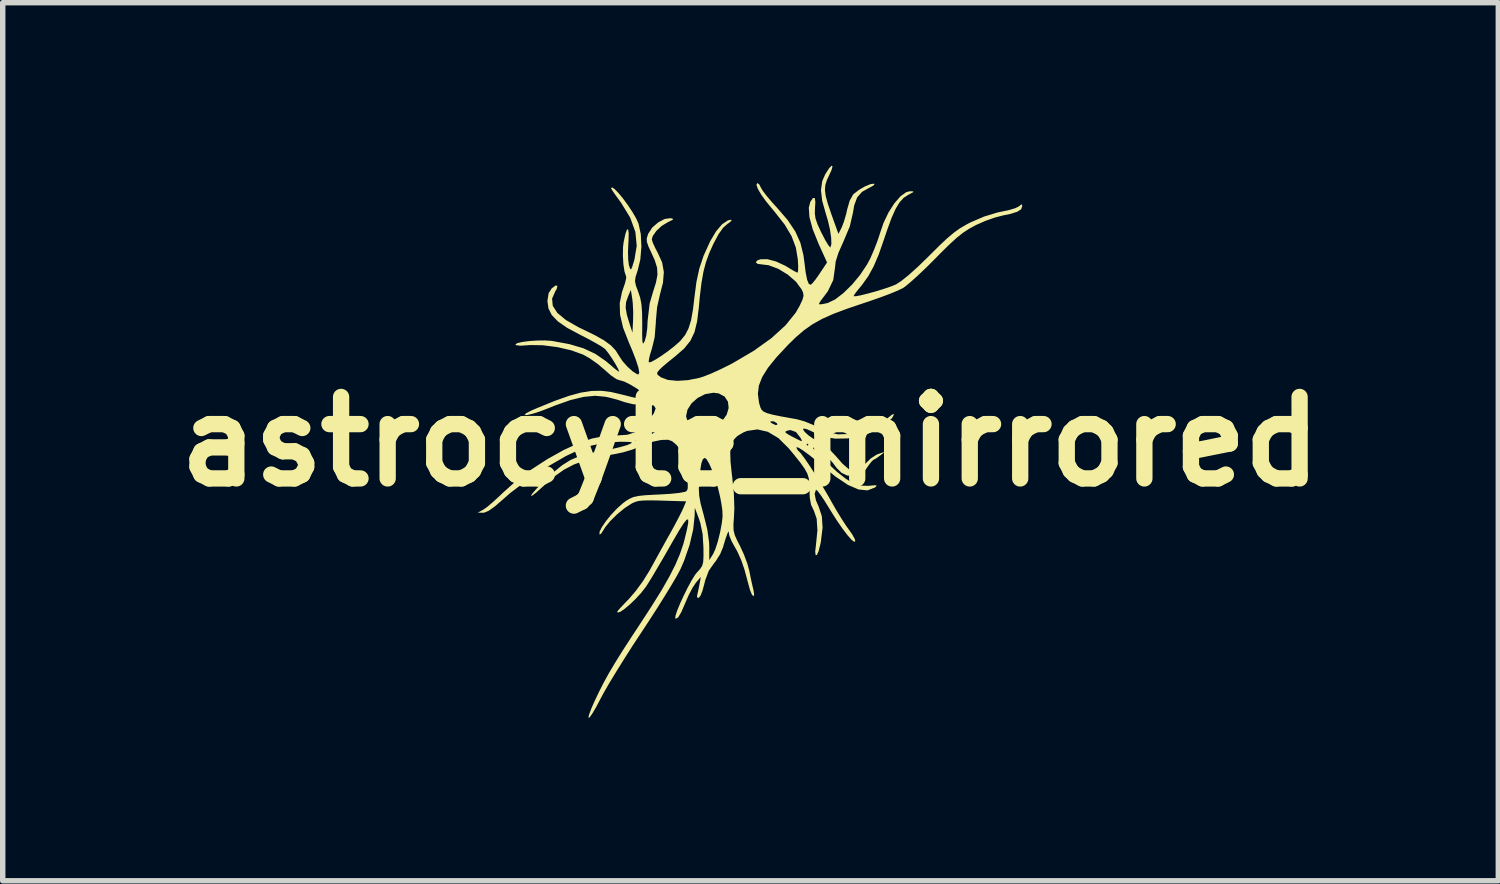
<source format=kicad_pcb>
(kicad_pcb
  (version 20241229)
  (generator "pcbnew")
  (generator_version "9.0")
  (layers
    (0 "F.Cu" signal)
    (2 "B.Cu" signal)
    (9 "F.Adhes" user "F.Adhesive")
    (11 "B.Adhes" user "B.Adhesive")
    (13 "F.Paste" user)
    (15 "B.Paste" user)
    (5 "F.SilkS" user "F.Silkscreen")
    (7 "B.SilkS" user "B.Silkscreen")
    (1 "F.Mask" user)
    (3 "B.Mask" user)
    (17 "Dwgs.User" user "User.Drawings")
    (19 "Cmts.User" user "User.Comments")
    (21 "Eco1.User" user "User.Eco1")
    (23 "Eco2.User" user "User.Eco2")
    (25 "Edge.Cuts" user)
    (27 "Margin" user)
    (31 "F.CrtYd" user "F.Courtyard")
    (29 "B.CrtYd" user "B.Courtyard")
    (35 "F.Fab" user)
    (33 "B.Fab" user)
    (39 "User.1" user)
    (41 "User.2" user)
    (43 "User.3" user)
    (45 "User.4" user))
  (footprint "astrocyte_mirrored"
    (layer "F.Cu")
    (at 10.764 5.078)
    (property "Reference" "astrocyte_mirrored" (at 0 0 0) (layer "F.SilkS") (effects (font (size 1.5 1.5) (thickness 0.3))))
    (attr board_only exclude_from_pos_files exclude_from_bom)
    (fp_poly (pts (xy 1.51 -5.067) (xy 1.492 -4.999) (xy 1.457 -4.922) (xy 1.407 -4.816) (xy 1.378 -4.725) (xy 1.37 -4.631) (xy 1.384 -4.521) (xy 1.423 -4.379) (xy 1.487 -4.19) (xy 1.528 -4.075) (xy 1.619 -3.823) (xy 1.68 -3.944) (xy 1.721 -4.051) (xy 1.762 -4.193) (xy 1.78 -4.275) (xy 1.826 -4.435) (xy 1.888 -4.546) (xy 1.903 -4.561) (xy 2.001 -4.636) (xy 2.113 -4.7) (xy 2.213 -4.74) (xy 2.278 -4.747) (xy 2.277 -4.724) (xy 2.22 -4.688) (xy 2.192 -4.675) (xy 2.053 -4.597) (xy 1.963 -4.494) (xy 1.909 -4.348) (xy 1.887 -4.217) (xy 1.828 -3.962) (xy 1.707 -3.673) (xy 1.706 -3.671) (xy 1.617 -3.471) (xy 1.568 -3.315) (xy 1.555 -3.198) (xy 1.523 -2.973) (xy 1.424 -2.767) (xy 1.35 -2.668) (xy 1.29 -2.589) (xy 1.261 -2.537) (xy 1.262 -2.528) (xy 1.305 -2.527) (xy 1.392 -2.544) (xy 1.424 -2.552) (xy 1.559 -2.617) (xy 1.712 -2.735) (xy 1.87 -2.89) (xy 2.019 -3.07) (xy 2.145 -3.259) (xy 2.208 -3.378) (xy 2.276 -3.535) (xy 2.336 -3.69) (xy 2.377 -3.813) (xy 2.379 -3.821) (xy 2.449 -4.026) (xy 2.541 -4.218) (xy 2.648 -4.385) (xy 2.759 -4.513) (xy 2.867 -4.591) (xy 2.935 -4.608) (xy 2.994 -4.606) (xy 2.997 -4.592) (xy 2.937 -4.559) (xy 2.904 -4.542) (xy 2.819 -4.487) (xy 2.743 -4.403) (xy 2.671 -4.283) (xy 2.596 -4.116) (xy 2.514 -3.891) (xy 2.457 -3.722) (xy 2.361 -3.446) (xy 2.267 -3.225) (xy 2.167 -3.043) (xy 2.052 -2.882) (xy 1.996 -2.815) (xy 1.934 -2.737) (xy 1.901 -2.685) (xy 1.9 -2.676) (xy 1.944 -2.676) (xy 2.041 -2.695) (xy 2.173 -2.728) (xy 2.321 -2.769) (xy 2.468 -2.815) (xy 2.596 -2.859) (xy 2.678 -2.893) (xy 2.777 -2.957) (xy 2.916 -3.069) (xy 3.086 -3.222) (xy 3.278 -3.409) (xy 3.298 -3.429) (xy 3.479 -3.609) (xy 3.624 -3.745) (xy 3.746 -3.847) (xy 3.858 -3.927) (xy 3.976 -3.996) (xy 4.053 -4.036) (xy 4.303 -4.143) (xy 4.546 -4.217) (xy 4.624 -4.233) (xy 4.764 -4.263) (xy 4.879 -4.298) (xy 4.945 -4.332) (xy 4.946 -4.333) (xy 4.989 -4.369) (xy 5.001 -4.347) (xy 5.001 -4.331) (xy 4.981 -4.276) (xy 4.912 -4.231) (xy 4.786 -4.191) (xy 4.645 -4.162) (xy 4.499 -4.124) (xy 4.323 -4.062) (xy 4.155 -3.988) (xy 4.141 -3.981) (xy 4.022 -3.916) (xy 3.911 -3.843) (xy 3.795 -3.751) (xy 3.662 -3.629) (xy 3.497 -3.467) (xy 3.41 -3.378) (xy 3.25 -3.218) (xy 3.095 -3.07) (xy 2.959 -2.947) (xy 2.853 -2.858) (xy 2.805 -2.825) (xy 2.714 -2.781) (xy 2.569 -2.721) (xy 2.387 -2.653) (xy 2.184 -2.582) (xy 2.093 -2.552) (xy 1.78 -2.446) (xy 1.526 -2.351) (xy 1.318 -2.258) (xy 1.142 -2.16) (xy 0.986 -2.05) (xy 0.835 -1.921) (xy 0.696 -1.785) (xy 0.481 -1.555) (xy 0.322 -1.359) (xy 0.215 -1.187) (xy 0.154 -1.03) (xy 0.136 -0.879) (xy 0.156 -0.723) (xy 0.165 -0.688) (xy 0.182 -0.63) (xy 0.204 -0.586) (xy 0.242 -0.551) (xy 0.306 -0.523) (xy 0.408 -0.495) (xy 0.559 -0.464) (xy 0.769 -0.426) (xy 0.853 -0.411) (xy 0.991 -0.373) (xy 1.146 -0.31) (xy 1.228 -0.269) (xy 1.426 -0.175) (xy 1.607 -0.133) (xy 1.801 -0.139) (xy 1.947 -0.167) (xy 2.182 -0.233) (xy 2.363 -0.313) (xy 2.509 -0.416) (xy 2.538 -0.442) (xy 2.603 -0.495) (xy 2.639 -0.507) (xy 2.641 -0.501) (xy 2.609 -0.437) (xy 2.524 -0.355) (xy 2.4 -0.266) (xy 2.252 -0.183) (xy 2.21 -0.163) (xy 2.01 -0.095) (xy 1.786 -0.058) (xy 1.564 -0.054) (xy 1.367 -0.083) (xy 1.255 -0.125) (xy 1.145 -0.18) (xy 1.049 -0.223) (xy 1.039 -0.227) (xy 0.978 -0.241) (xy 0.968 -0.221) (xy 1 -0.176) (xy 1.064 -0.117) (xy 1.151 -0.056) (xy 1.214 -0.021) (xy 1.307 0.031) (xy 1.388 0.087) (xy 1.471 0.161) (xy 1.571 0.267) (xy 1.693 0.407) (xy 1.81 0.508) (xy 1.922 0.534) (xy 2.035 0.486) (xy 2.119 0.402) (xy 2.216 0.309) (xy 2.322 0.24) (xy 2.35 0.229) (xy 2.473 0.188) (xy 2.379 0.262) (xy 2.307 0.313) (xy 2.263 0.336) (xy 2.262 0.336) (xy 2.23 0.365) (xy 2.173 0.438) (xy 2.14 0.487) (xy 2.069 0.581) (xy 2.003 0.625) (xy 1.916 0.637) (xy 1.908 0.637) (xy 1.779 0.624) (xy 1.677 0.576) (xy 1.582 0.481) (xy 1.517 0.393) (xy 1.397 0.256) (xy 1.258 0.155) (xy 1.244 0.148) (xy 1.18 0.118) (xy 1.15 0.111) (xy 1.16 0.134) (xy 1.212 0.192) (xy 1.312 0.292) (xy 1.391 0.37) (xy 1.591 0.556) (xy 1.759 0.688) (xy 1.905 0.771) (xy 2.039 0.811) (xy 2.174 0.815) (xy 2.188 0.813) (xy 2.288 0.804) (xy 2.324 0.809) (xy 2.306 0.832) (xy 2.287 0.847) (xy 2.154 0.898) (xy 1.99 0.882) (xy 1.795 0.798) (xy 1.569 0.647) (xy 1.418 0.524) (xy 1.237 0.371) (xy 1.082 0.248) (xy 0.96 0.159) (xy 0.878 0.109) (xy 0.844 0.105) (xy 0.843 0.108) (xy 0.87 0.161) (xy 0.881 0.169) (xy 0.927 0.217) (xy 1.002 0.318) (xy 1.098 0.459) (xy 1.206 0.627) (xy 1.318 0.81) (xy 1.427 0.994) (xy 1.479 1.087) (xy 1.575 1.255) (xy 1.674 1.417) (xy 1.761 1.551) (xy 1.802 1.608) (xy 1.873 1.709) (xy 1.919 1.794) (xy 1.929 1.829) (xy 1.911 1.846) (xy 1.86 1.807) (xy 1.784 1.721) (xy 1.69 1.597) (xy 1.584 1.444) (xy 1.474 1.27) (xy 1.448 1.227) (xy 1.36 1.085) (xy 1.284 0.973) (xy 1.23 0.903) (xy 1.205 0.887) (xy 1.181 0.961) (xy 1.204 1.081) (xy 1.255 1.199) (xy 1.313 1.373) (xy 1.327 1.584) (xy 1.295 1.845) (xy 1.287 1.886) (xy 1.253 2.019) (xy 1.222 2.087) (xy 1.199 2.09) (xy 1.191 2.025) (xy 1.205 1.901) (xy 1.232 1.632) (xy 1.218 1.419) (xy 1.164 1.265) (xy 1.158 1.255) (xy 1.114 1.16) (xy 1.091 1.031) (xy 1.085 0.881) (xy 1.083 0.766) (xy 1.072 0.673) (xy 1.045 0.587) (xy 0.995 0.496) (xy 0.915 0.384) (xy 0.798 0.238) (xy 0.7 0.12) (xy 0.635 0.056) (xy 1.03 0.056) (xy 1.049 0.075) (xy 1.068 0.056) (xy 1.049 0.037) (xy 1.03 0.056) (xy 0.635 0.056) (xy 0.514 -0.064) (xy 0.321 -0.179) (xy 0.295 -0.186) (xy 0.644 -0.186) (xy 0.647 -0.163) (xy 0.705 -0.125) (xy 0.77 -0.09) (xy 0.879 -0.034) (xy 0.934 -0.009) (xy 0.947 -0.015) (xy 0.931 -0.05) (xy 0.921 -0.069) (xy 0.837 -0.176) (xy 0.738 -0.212) (xy 0.688 -0.204) (xy 0.644 -0.186) (xy 0.295 -0.186) (xy 0.127 -0.224) (xy -0.064 -0.196) (xy -0.142 -0.163) (xy -0.244 -0.101) (xy -0.314 -0.028) (xy -0.356 0.068) (xy -0.373 0.199) (xy -0.367 0.377) (xy -0.342 0.614) (xy -0.336 0.659) (xy -0.306 0.958) (xy -0.297 1.227) (xy -0.304 1.378) (xy -0.314 1.529) (xy -0.311 1.635) (xy -0.288 1.726) (xy -0.239 1.833) (xy -0.195 1.917) (xy -0.121 2.078) (xy -0.057 2.25) (xy -0.021 2.385) (xy 0.008 2.529) (xy 0.038 2.663) (xy 0.053 2.725) (xy 0.067 2.808) (xy 0.057 2.847) (xy 0.054 2.847) (xy 0.025 2.815) (xy -0.008 2.734) (xy -0.016 2.707) (xy -0.048 2.59) (xy -0.088 2.441) (xy -0.113 2.349) (xy -0.168 2.189) (xy -0.241 2.025) (xy -0.283 1.951) (xy -0.345 1.839) (xy -0.386 1.742) (xy -0.396 1.7) (xy -0.401 1.653) (xy -0.416 1.673) (xy -0.43 1.705) (xy -0.459 1.788) (xy -0.494 1.903) (xy -0.504 1.941) (xy -0.558 2.071) (xy -0.641 2.203) (xy -0.672 2.241) (xy -0.768 2.378) (xy -0.833 2.551) (xy -0.85 2.62) (xy -0.884 2.746) (xy -0.921 2.838) (xy -0.952 2.877) (xy -0.985 2.867) (xy -0.981 2.824) (xy -0.961 2.738) (xy -0.939 2.628) (xy -0.938 2.622) (xy -0.914 2.491) (xy -1.006 2.599) (xy -1.066 2.69) (xy -1.136 2.822) (xy -1.198 2.964) (xy -1.272 3.136) (xy -1.331 3.235) (xy -1.374 3.261) (xy -1.384 3.254) (xy -1.381 3.208) (xy -1.35 3.112) (xy -1.297 2.983) (xy -1.23 2.837) (xy -1.157 2.69) (xy -1.085 2.557) (xy -1.022 2.455) (xy -0.987 2.41) (xy -0.927 2.345) (xy -0.89 2.288) (xy -0.871 2.218) (xy -0.865 2.115) (xy -0.866 1.959) (xy -0.866 1.955) (xy -0.881 1.703) (xy -0.923 1.499) (xy -0.948 1.424) (xy -1.025 1.218) (xy -1.028 1.367) (xy -1.055 1.619) (xy -1.121 1.901) (xy -1.219 2.186) (xy -1.288 2.346) (xy -1.349 2.461) (xy -1.445 2.625) (xy -1.568 2.827) (xy -1.711 3.055) (xy -1.866 3.296) (xy -2.001 3.501) (xy -2.164 3.748) (xy -2.323 3.997) (xy -2.471 4.235) (xy -2.6 4.447) (xy -2.7 4.621) (xy -2.755 4.723) (xy -2.845 4.894) (xy -2.915 5.012) (xy -2.962 5.077) (xy -2.983 5.084) (xy -2.974 5.034) (xy -2.933 4.922) (xy -2.882 4.805) (xy -2.795 4.62) (xy -2.706 4.444) (xy -2.607 4.264) (xy -2.492 4.07) (xy -2.353 3.847) (xy -2.183 3.585) (xy -2.032 3.356) (xy -1.813 3.019) (xy -1.634 2.732) (xy -1.493 2.484) (xy -1.383 2.267) (xy -1.299 2.07) (xy -1.236 1.885) (xy -1.215 1.806) (xy -1.17 1.621) (xy -1.146 1.497) (xy -1.147 1.434) (xy -1.172 1.435) (xy -1.226 1.499) (xy -1.309 1.628) (xy -1.423 1.823) (xy -1.479 1.921) (xy -1.595 2.124) (xy -1.708 2.316) (xy -1.807 2.484) (xy -1.886 2.612) (xy -1.927 2.675) (xy -2.01 2.782) (xy -2.11 2.891) (xy -2.215 2.993) (xy -2.313 3.076) (xy -2.393 3.131) (xy -2.443 3.148) (xy -2.454 3.132) (xy -2.43 3.1) (xy -2.365 3.029) (xy -2.272 2.931) (xy -2.238 2.897) (xy -2.113 2.751) (xy -1.981 2.571) (xy -1.868 2.39) (xy -1.854 2.367) (xy -1.758 2.192) (xy -1.644 1.985) (xy -1.531 1.782) (xy -1.487 1.704) (xy -1.399 1.544) (xy -1.32 1.395) (xy -1.261 1.277) (xy -1.237 1.225) (xy -1.185 1.1) (xy -1.492 1.091) (xy -1.711 1.084) (xy -1.869 1.082) (xy -1.98 1.085) (xy -2.059 1.093) (xy -2.118 1.109) (xy -2.173 1.133) (xy -2.19 1.142) (xy -2.315 1.223) (xy -2.453 1.337) (xy -2.581 1.462) (xy -2.677 1.579) (xy -2.703 1.622) (xy -2.746 1.69) (xy -2.776 1.713) (xy -2.778 1.711) (xy -2.779 1.662) (xy -2.736 1.575) (xy -2.66 1.464) (xy -2.563 1.344) (xy -2.454 1.229) (xy -2.345 1.132) (xy -2.293 1.093) (xy -2.222 1.05) (xy -2.151 1.02) (xy -2.064 1.001) (xy -1.943 0.988) (xy -1.771 0.978) (xy -1.681 0.974) (xy -1.467 0.961) (xy -1.305 0.944) (xy -1.204 0.924) (xy -1.176 0.91) (xy -1.157 0.871) (xy -1.156 0.865) (xy -0.951 0.865) (xy -0.944 0.997) (xy -0.919 1.136) (xy -0.872 1.312) (xy -0.862 1.348) (xy -0.795 1.618) (xy -0.762 1.857) (xy -0.759 1.94) (xy -0.759 2.182) (xy -0.688 2.07) (xy -0.647 1.98) (xy -0.603 1.843) (xy -0.563 1.685) (xy -0.556 1.652) (xy -0.527 1.496) (xy -0.514 1.377) (xy -0.518 1.265) (xy -0.538 1.129) (xy -0.558 1.023) (xy -0.598 0.854) (xy -0.649 0.685) (xy -0.706 0.529) (xy -0.762 0.403) (xy -0.811 0.322) (xy -0.842 0.3) (xy -0.877 0.324) (xy -0.904 0.4) (xy -0.927 0.537) (xy -0.943 0.712) (xy -0.951 0.865) (xy -1.156 0.865) (xy -1.154 0.799) (xy -1.167 0.68) (xy -1.197 0.51) (xy -1.234 0.332) (xy -1.269 0.21) (xy -1.309 0.126) (xy -1.362 0.062) (xy -1.37 0.054) (xy -1.444 -0.008) (xy -1.515 -0.033) (xy -1.615 -0.031) (xy -1.663 -0.026) (xy -1.81 0.005) (xy -1.97 0.06) (xy -2.034 0.09) (xy -2.173 0.147) (xy -2.345 0.198) (xy -2.477 0.226) (xy -2.787 0.282) (xy -3.039 0.345) (xy -3.249 0.421) (xy -3.434 0.518) (xy -3.611 0.643) (xy -3.797 0.805) (xy -3.827 0.833) (xy -3.947 0.941) (xy -4.018 0.995) (xy -4.041 0.999) (xy -4.015 0.956) (xy -3.94 0.87) (xy -3.83 0.757) (xy -3.636 0.574) (xy -3.47 0.438) (xy -3.313 0.339) (xy -3.145 0.268) (xy -2.948 0.213) (xy -2.72 0.169) (xy -2.551 0.137) (xy -2.398 0.101) (xy -2.284 0.069) (xy -2.252 0.057) (xy -2.195 0.031) (xy -2.183 0.015) (xy -2.223 0.007) (xy -2.325 0.004) (xy -2.399 0.003) (xy -2.667 0.018) (xy -2.928 0.074) (xy -3.204 0.175) (xy -3.399 0.267) (xy -3.933 0.576) (xy -4.423 0.947) (xy -4.541 1.051) (xy -4.698 1.187) (xy -4.814 1.271) (xy -4.898 1.307) (xy -4.923 1.31) (xy -5.02 1.308) (xy -4.918 1.253) (xy -4.847 1.203) (xy -4.742 1.114) (xy -4.619 1.002) (xy -4.555 0.94) (xy -4.313 0.724) (xy -4.034 0.514) (xy -3.734 0.32) (xy -3.432 0.152) (xy -3.145 0.021) (xy -3.027 -0.019) (xy -2.117 -0.019) (xy -2.098 0) (xy -2.079 -0.019) (xy -2.093 -0.033) (xy -2.06 -0.033) (xy -1.912 -0.093) (xy -1.813 -0.14) (xy -1.745 -0.186) (xy -1.735 -0.198) (xy -1.71 -0.273) (xy -1.706 -0.318) (xy -1.711 -0.364) (xy -1.734 -0.356) (xy -1.783 -0.3) (xy -1.867 -0.206) (xy -1.959 -0.119) (xy -2.06 -0.033) (xy -2.093 -0.033) (xy -2.098 -0.037) (xy -2.117 -0.019) (xy -3.027 -0.019) (xy -2.914 -0.057) (xy -2.751 -0.088) (xy -2.566 -0.108) (xy -2.463 -0.112) (xy -2.265 -0.126) (xy -2.112 -0.177) (xy -1.978 -0.276) (xy -1.873 -0.391) (xy -1.818 -0.466) (xy -1.186 -0.466) (xy -1.153 -0.355) (xy -1.151 -0.353) (xy -1.054 -0.27) (xy -0.917 -0.232) (xy -0.765 -0.241) (xy -0.657 -0.28) (xy -0.536 -0.368) (xy 0.359 -0.368) (xy 0.386 -0.342) (xy 0.393 -0.337) (xy 0.462 -0.304) (xy 0.495 -0.31) (xy 0.487 -0.337) (xy 0.434 -0.37) (xy 0.401 -0.374) (xy 0.359 -0.368) (xy -0.536 -0.368) (xy -0.522 -0.378) (xy -0.438 -0.495) (xy -0.402 -0.618) (xy -0.415 -0.734) (xy -0.476 -0.828) (xy -0.585 -0.887) (xy -0.683 -0.899) (xy -0.835 -0.873) (xy -0.973 -0.803) (xy -1.085 -0.704) (xy -1.16 -0.587) (xy -1.186 -0.466) (xy -1.818 -0.466) (xy -1.779 -0.52) (xy -1.746 -0.609) (xy -1.776 -0.661) (xy -1.87 -0.682) (xy -1.971 -0.681) (xy -2.16 -0.687) (xy -2.317 -0.726) (xy -2.317 -0.726) (xy -2.434 -0.766) (xy -2.583 -0.806) (xy -2.669 -0.825) (xy -2.859 -0.843) (xy -3.071 -0.823) (xy -3.317 -0.763) (xy -3.608 -0.66) (xy -3.711 -0.618) (xy -3.865 -0.559) (xy -4.003 -0.514) (xy -4.105 -0.49) (xy -4.131 -0.488) (xy -4.159 -0.497) (xy -4.125 -0.525) (xy -4.025 -0.575) (xy -3.915 -0.622) (xy -3.603 -0.749) (xy -3.344 -0.841) (xy -3.124 -0.901) (xy -2.929 -0.932) (xy -2.747 -0.935) (xy -2.564 -0.912) (xy -2.368 -0.866) (xy -2.175 -0.817) (xy -2.042 -0.792) (xy -1.96 -0.792) (xy -1.918 -0.813) (xy -1.915 -0.817) (xy -1.932 -0.853) (xy -1.998 -0.911) (xy -2.095 -0.978) (xy -2.203 -1.044) (xy -2.305 -1.096) (xy -2.383 -1.123) (xy -2.397 -1.124) (xy -2.469 -1.15) (xy -2.573 -1.222) (xy -2.681 -1.317) (xy -2.815 -1.431) (xy -2.963 -1.535) (xy -3.081 -1.601) (xy -3.3 -1.68) (xy -3.557 -1.739) (xy -3.82 -1.773) (xy -4.058 -1.777) (xy -4.103 -1.773) (xy -4.239 -1.765) (xy -4.314 -1.774) (xy -4.327 -1.788) (xy -4.293 -1.812) (xy -4.202 -1.833) (xy -4.075 -1.85) (xy -3.93 -1.86) (xy -3.786 -1.862) (xy -3.662 -1.854) (xy -3.65 -1.852) (xy -3.335 -1.794) (xy -3.077 -1.718) (xy -2.858 -1.616) (xy -2.662 -1.481) (xy -2.594 -1.424) (xy -2.503 -1.346) (xy -2.439 -1.296) (xy -2.416 -1.285) (xy -2.436 -1.338) (xy -2.486 -1.429) (xy -2.552 -1.535) (xy -2.62 -1.634) (xy -2.675 -1.702) (xy -2.682 -1.708) (xy -2.747 -1.754) (xy -2.862 -1.821) (xy -3.009 -1.901) (xy -3.138 -1.967) (xy -3.375 -2.094) (xy -3.545 -2.212) (xy -3.658 -2.329) (xy -3.719 -2.452) (xy -3.738 -2.586) (xy -3.716 -2.731) (xy -3.659 -2.82) (xy -3.587 -2.873) (xy -3.553 -2.866) (xy -3.568 -2.807) (xy -3.593 -2.766) (xy -3.652 -2.632) (xy -3.64 -2.5) (xy -3.555 -2.368) (xy -3.397 -2.237) (xy -3.165 -2.104) (xy -3.091 -2.069) (xy -2.862 -1.957) (xy -2.692 -1.861) (xy -2.569 -1.77) (xy -2.481 -1.677) (xy -2.416 -1.573) (xy -2.353 -1.478) (xy -2.265 -1.379) (xy -2.171 -1.294) (xy -2.092 -1.243) (xy -2.063 -1.236) (xy -2.047 -1.268) (xy -2.063 -1.359) (xy -2.108 -1.5) (xy -2.179 -1.684) (xy -2.236 -1.817) (xy -2.345 -2.096) (xy -2.401 -2.336) (xy -2.405 -2.463) (xy -2.298 -2.463) (xy -2.276 -2.335) (xy -2.238 -2.208) (xy -2.173 -2.004) (xy -2.161 -2.229) (xy -2.159 -2.387) (xy -2.167 -2.546) (xy -2.175 -2.622) (xy -2.202 -2.791) (xy -2.251 -2.679) (xy -2.29 -2.569) (xy -2.298 -2.463) (xy -2.405 -2.463) (xy -2.407 -2.551) (xy -2.365 -2.754) (xy -2.347 -2.806) (xy -2.308 -2.921) (xy -2.288 -3.008) (xy -2.289 -3.04) (xy -2.319 -3.129) (xy -2.34 -3.266) (xy -2.349 -3.426) (xy -2.346 -3.582) (xy -2.335 -3.671) (xy -2.302 -3.824) (xy -2.274 -3.902) (xy -2.253 -3.907) (xy -2.242 -3.839) (xy -2.245 -3.698) (xy -2.248 -3.652) (xy -2.255 -3.494) (xy -2.251 -3.351) (xy -2.239 -3.251) (xy -2.236 -3.241) (xy -2.217 -3.182) (xy -2.2 -3.169) (xy -2.179 -3.211) (xy -2.147 -3.314) (xy -2.137 -3.347) (xy -2.094 -3.603) (xy -2.119 -3.859) (xy -2.214 -4.121) (xy -2.381 -4.395) (xy -2.418 -4.445) (xy -2.493 -4.549) (xy -2.547 -4.627) (xy -2.566 -4.663) (xy -2.548 -4.68) (xy -2.498 -4.646) (xy -2.427 -4.572) (xy -2.343 -4.47) (xy -2.256 -4.351) (xy -2.173 -4.226) (xy -2.105 -4.109) (xy -2.061 -4.011) (xy -2.019 -3.817) (xy -2.008 -3.586) (xy -2.028 -3.351) (xy -2.076 -3.153) (xy -2.114 -3.036) (xy -2.126 -2.955) (xy -2.111 -2.876) (xy -2.069 -2.763) (xy -2.068 -2.76) (xy -2.031 -2.65) (xy -2.008 -2.532) (xy -1.996 -2.384) (xy -1.993 -2.186) (xy -1.993 -2.154) (xy -1.994 -1.977) (xy -1.991 -1.866) (xy -1.984 -1.812) (xy -1.972 -1.806) (xy -1.952 -1.84) (xy -1.946 -1.854) (xy -1.919 -1.951) (xy -1.9 -2.09) (xy -1.894 -2.22) (xy -1.857 -2.538) (xy -1.798 -2.742) (xy -1.739 -2.93) (xy -1.712 -3.075) (xy -1.72 -3.202) (xy -1.762 -3.338) (xy -1.819 -3.464) (xy -1.878 -3.591) (xy -1.907 -3.675) (xy -1.91 -3.739) (xy -1.889 -3.806) (xy -1.88 -3.83) (xy -1.807 -3.941) (xy -1.698 -4.035) (xy -1.578 -4.098) (xy -1.471 -4.112) (xy -1.425 -4.1) (xy -1.434 -4.081) (xy -1.506 -4.046) (xy -1.52 -4.039) (xy -1.633 -3.971) (xy -1.733 -3.878) (xy -1.8 -3.782) (xy -1.817 -3.722) (xy -1.799 -3.663) (xy -1.754 -3.564) (xy -1.705 -3.471) (xy -1.626 -3.296) (xy -1.595 -3.12) (xy -1.611 -2.924) (xy -1.668 -2.703) (xy -1.72 -2.468) (xy -1.742 -2.215) (xy -1.742 -2.194) (xy -1.764 -1.919) (xy -1.816 -1.706) (xy -1.853 -1.587) (xy -1.872 -1.496) (xy -1.872 -1.459) (xy -1.835 -1.463) (xy -1.755 -1.505) (xy -1.648 -1.573) (xy -1.528 -1.657) (xy -1.413 -1.746) (xy -1.316 -1.83) (xy -1.285 -1.861) (xy -1.202 -1.964) (xy -1.14 -2.084) (xy -1.093 -2.236) (xy -1.058 -2.435) (xy -1.033 -2.647) (xy -0.995 -2.94) (xy -0.941 -3.188) (xy -0.863 -3.421) (xy -0.752 -3.666) (xy -0.737 -3.696) (xy -0.632 -3.872) (xy -0.522 -4.001) (xy -0.415 -4.072) (xy -0.36 -4.083) (xy -0.347 -4.068) (xy -0.393 -4.027) (xy -0.42 -4.01) (xy -0.502 -3.938) (xy -0.588 -3.818) (xy -0.684 -3.637) (xy -0.689 -3.626) (xy -0.764 -3.458) (xy -0.822 -3.296) (xy -0.867 -3.123) (xy -0.902 -2.922) (xy -0.932 -2.675) (xy -0.952 -2.462) (xy -0.983 -2.209) (xy -1.031 -2.013) (xy -1.107 -1.854) (xy -1.219 -1.715) (xy -1.376 -1.577) (xy -1.396 -1.561) (xy -1.513 -1.467) (xy -1.615 -1.381) (xy -1.678 -1.321) (xy -1.719 -1.267) (xy -1.71 -1.229) (xy -1.645 -1.181) (xy -1.52 -1.135) (xy -1.348 -1.118) (xy -1.149 -1.131) (xy -0.944 -1.172) (xy -0.864 -1.197) (xy -0.727 -1.251) (xy -0.555 -1.329) (xy -0.379 -1.416) (xy -0.321 -1.447) (xy 0.065 -1.674) (xy 0.388 -1.906) (xy 0.645 -2.14) (xy 0.832 -2.372) (xy 0.903 -2.496) (xy 0.956 -2.609) (xy 0.976 -2.683) (xy 0.968 -2.742) (xy 0.941 -2.802) (xy 0.836 -2.944) (xy 0.684 -3.075) (xy 0.509 -3.181) (xy 0.333 -3.246) (xy 0.226 -3.259) (xy 0.131 -3.271) (xy 0.096 -3.301) (xy 0.128 -3.336) (xy 0.185 -3.356) (xy 0.311 -3.357) (xy 0.47 -3.315) (xy 0.641 -3.236) (xy 0.702 -3.199) (xy 0.792 -3.145) (xy 0.854 -3.113) (xy 0.866 -3.109) (xy 0.876 -3.143) (xy 0.878 -3.232) (xy 0.871 -3.353) (xy 0.835 -3.571) (xy 0.757 -3.779) (xy 0.63 -3.993) (xy 0.447 -4.227) (xy 0.415 -4.265) (xy 0.293 -4.413) (xy 0.197 -4.546) (xy 0.134 -4.655) (xy 0.109 -4.729) (xy 0.128 -4.758) (xy 0.131 -4.758) (xy 0.166 -4.727) (xy 0.189 -4.678) (xy 0.224 -4.618) (xy 0.3 -4.519) (xy 0.403 -4.398) (xy 0.487 -4.306) (xy 0.684 -4.078) (xy 0.824 -3.869) (xy 0.918 -3.66) (xy 0.974 -3.434) (xy 0.991 -3.311) (xy 1.016 -3.11) (xy 1.043 -2.977) (xy 1.073 -2.904) (xy 1.106 -2.885) (xy 1.14 -2.914) (xy 1.201 -2.989) (xy 1.272 -3.091) (xy 1.409 -3.297) (xy 1.252 -3.643) (xy 1.145 -3.909) (xy 1.085 -4.131) (xy 1.073 -4.306) (xy 1.102 -4.415) (xy 1.151 -4.484) (xy 1.182 -4.483) (xy 1.194 -4.412) (xy 1.188 -4.307) (xy 1.184 -4.2) (xy 1.197 -4.105) (xy 1.235 -3.996) (xy 1.303 -3.848) (xy 1.31 -3.836) (xy 1.375 -3.71) (xy 1.43 -3.619) (xy 1.464 -3.576) (xy 1.471 -3.575) (xy 1.489 -3.637) (xy 1.485 -3.752) (xy 1.463 -3.902) (xy 1.424 -4.07) (xy 1.386 -4.196) (xy 1.319 -4.435) (xy 1.297 -4.629) (xy 1.321 -4.795) (xy 1.377 -4.923) (xy 1.446 -5.03) (xy 1.493 -5.078)) (stroke (width 0) (type solid)) (fill yes) (layer "F.SilkS")))
  (gr_rect
    (start -3 -3)
    (end 24.529 13.162)
    (stroke (width 0.1) (type default))
    (fill no)
    (layer "Edge.Cuts")))
</source>
